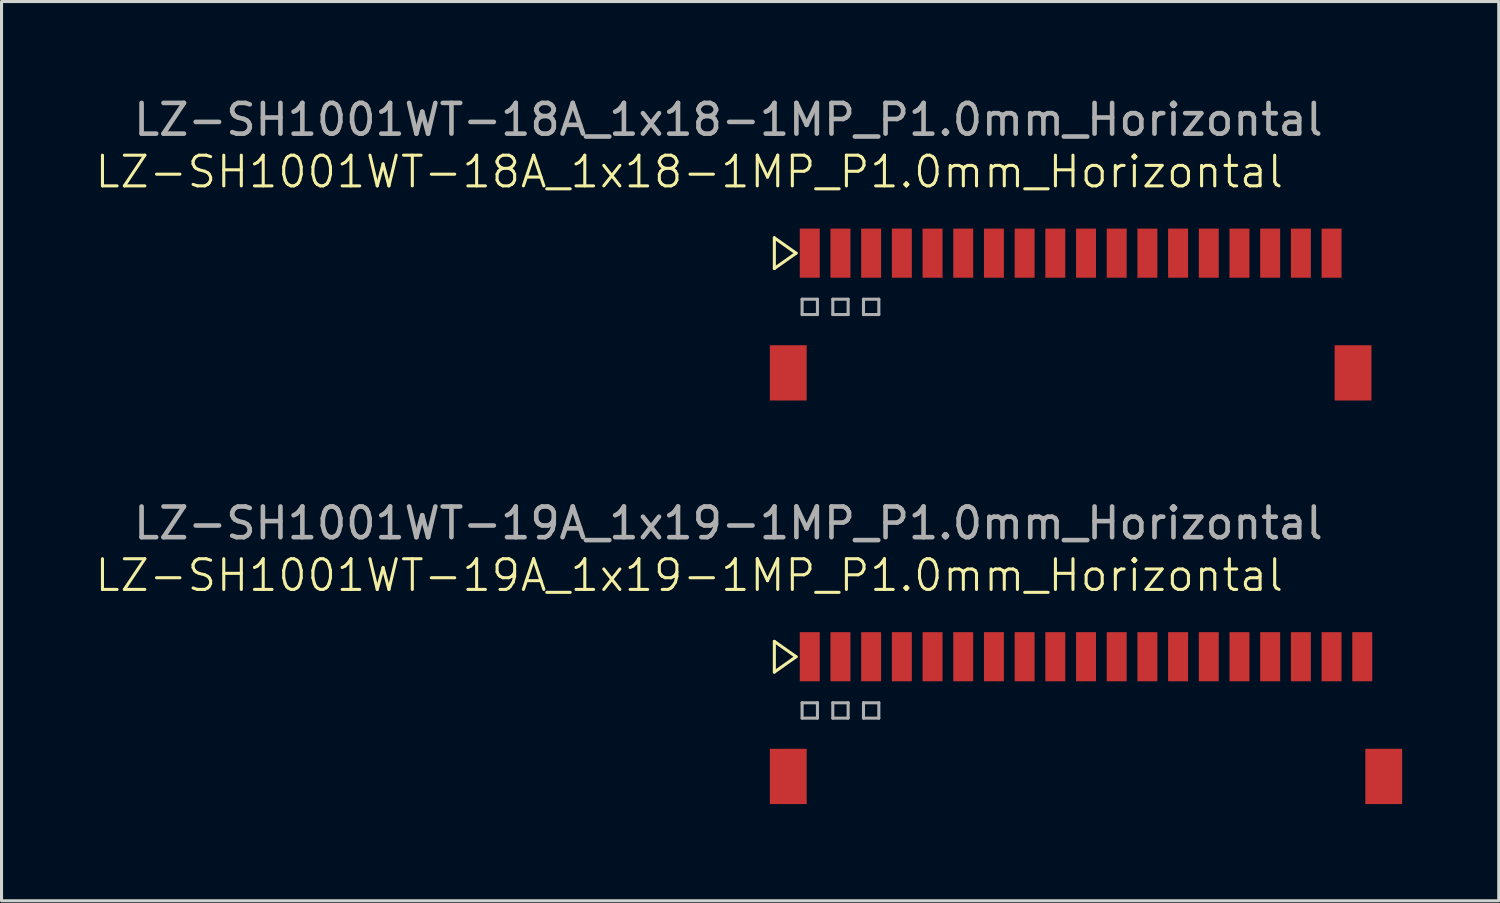
<source format=kicad_pcb>
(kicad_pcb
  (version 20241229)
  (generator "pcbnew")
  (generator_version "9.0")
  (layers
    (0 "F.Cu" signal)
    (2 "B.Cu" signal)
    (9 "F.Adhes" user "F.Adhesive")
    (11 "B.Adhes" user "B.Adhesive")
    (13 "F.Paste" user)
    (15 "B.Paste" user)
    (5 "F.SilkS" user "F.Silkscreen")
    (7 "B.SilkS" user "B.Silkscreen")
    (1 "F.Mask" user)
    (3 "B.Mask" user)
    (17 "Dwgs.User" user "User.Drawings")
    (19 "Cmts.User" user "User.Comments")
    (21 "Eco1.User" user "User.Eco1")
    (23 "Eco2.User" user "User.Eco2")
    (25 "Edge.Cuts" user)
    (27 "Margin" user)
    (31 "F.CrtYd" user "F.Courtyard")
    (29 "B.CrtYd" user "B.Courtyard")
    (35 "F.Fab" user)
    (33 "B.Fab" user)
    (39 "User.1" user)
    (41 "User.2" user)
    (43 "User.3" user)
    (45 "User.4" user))
  (footprint "LZ-SH1001WT-18A_1x18-1MP_P1.0mm_Horizontal"
    (layer "F.Cu")
    (at 40.332 5.198)
    (property "Reference" "LZ-SH1001WT-18A_1x18-1MP_P1.0mm_Horizontal" (at -20.925 -2.65 0) (unlocked yes) (layer "F.SilkS") (effects (font (size 1 1) (thickness 0.1))))
    (attr smd)
    (fp_line (start -18.154 -0.5) (end -18.154 0.5) (stroke (width 0.1) (type solid)) (layer "F.SilkS"))
    (fp_line (start -18.154 -0.5) (end -17.446 0) (stroke (width 0.1) (type solid)) (layer "F.SilkS"))
    (fp_line (start -17.446 0) (end -18.154 0.5) (stroke (width 0.1) (type solid)) (layer "F.SilkS"))
    (fp_rect (start -18.403 -0.825) (end 1.397 4.9) (stroke (width 0.1) (type default)) (fill no) (layer "Margin"))
    (fp_line (start -17.25 1.5) (end -17.25 2) (stroke (width 0.1) (type solid)) (layer "F.Fab"))
    (fp_line (start -17.25 2) (end -16.75 2) (stroke (width 0.1) (type solid)) (layer "F.Fab"))
    (fp_line (start -16.75 1.5) (end -17.25 1.5) (stroke (width 0.1) (type solid)) (layer "F.Fab"))
    (fp_line (start -16.75 2) (end -16.75 1.5) (stroke (width 0.1) (type solid)) (layer "F.Fab"))
    (fp_line (start -16.25 1.5) (end -16.25 2) (stroke (width 0.1) (type solid)) (layer "F.Fab"))
    (fp_line (start -16.25 2) (end -15.75 2) (stroke (width 0.1) (type solid)) (layer "F.Fab"))
    (fp_line (start -15.75 1.5) (end -16.25 1.5) (stroke (width 0.1) (type solid)) (layer "F.Fab"))
    (fp_line (start -15.75 2) (end -15.75 1.5) (stroke (width 0.1) (type solid)) (layer "F.Fab"))
    (fp_line (start -15.25 1.5) (end -15.25 2) (stroke (width 0.1) (type solid)) (layer "F.Fab"))
    (fp_line (start -15.25 2) (end -14.75 2) (stroke (width 0.1) (type solid)) (layer "F.Fab"))
    (fp_line (start -14.75 1.5) (end -15.25 1.5) (stroke (width 0.1) (type solid)) (layer "F.Fab"))
    (fp_line (start -14.75 2) (end -14.75 1.5) (stroke (width 0.1) (type solid)) (layer "F.Fab"))
    (fp_text user "${REFERENCE}" (at -19.65 -4.35 0) (unlocked yes) (layer "F.Fab") (effects (font (size 1 1) (thickness 0.15))))
    (pad "1" smd rect (at -17 0) (size 0.65 1.6) (layers "F.Cu" "F.Mask" "F.Paste"))
    (pad "2" smd rect (at -16 0) (size 0.65 1.6) (layers "F.Cu" "F.Mask" "F.Paste"))
    (pad "3" smd rect (at -15 0) (size 0.65 1.6) (layers "F.Cu" "F.Mask" "F.Paste"))
    (pad "4" smd rect (at -14 0) (size 0.65 1.6) (layers "F.Cu" "F.Mask" "F.Paste"))
    (pad "5" smd rect (at -13 0) (size 0.65 1.6) (layers "F.Cu" "F.Mask" "F.Paste"))
    (pad "6" smd rect (at -12 0) (size 0.65 1.6) (layers "F.Cu" "F.Mask" "F.Paste"))
    (pad "7" smd rect (at -11 0) (size 0.65 1.6) (layers "F.Cu" "F.Mask" "F.Paste"))
    (pad "8" smd rect (at -10 0) (size 0.65 1.6) (layers "F.Cu" "F.Mask" "F.Paste"))
    (pad "9" smd rect (at -9 0) (size 0.65 1.6) (layers "F.Cu" "F.Mask" "F.Paste"))
    (pad "10" smd rect (at -8 0) (size 0.65 1.6) (layers "F.Cu" "F.Mask" "F.Paste"))
    (pad "11" smd rect (at -7 0) (size 0.65 1.6) (layers "F.Cu" "F.Mask" "F.Paste"))
    (pad "12" smd rect (at -6 0) (size 0.65 1.6) (layers "F.Cu" "F.Mask" "F.Paste"))
    (pad "13" smd rect (at -5 0) (size 0.65 1.6) (layers "F.Cu" "F.Mask" "F.Paste"))
    (pad "14" smd rect (at -4 0) (size 0.65 1.6) (layers "F.Cu" "F.Mask" "F.Paste"))
    (pad "15" smd rect (at -3 0) (size 0.65 1.6) (layers "F.Cu" "F.Mask" "F.Paste"))
    (pad "16" smd rect (at -2 0) (size 0.65 1.6) (layers "F.Cu" "F.Mask" "F.Paste"))
    (pad "17" smd rect (at -1 0) (size 0.65 1.6) (layers "F.Cu" "F.Mask" "F.Paste"))
    (pad "18" smd rect (at 0 0) (size 0.65 1.6) (layers "F.Cu" "F.Mask" "F.Paste"))
    (pad "MP" smd rect (at -17.7 3.9) (size 1.2 1.8) (layers "F.Cu" "F.Mask" "F.Paste"))
    (pad "MP" smd rect (at 0.7 3.9) (size 1.2 1.8) (layers "F.Cu" "F.Mask" "F.Paste")))
  (footprint "LZ-SH1001WT-19A_1x19-1MP_P1.0mm_Horizontal"
    (layer "F.Cu")
    (at 41.332 18.346)
    (property "Reference" "LZ-SH1001WT-19A_1x19-1MP_P1.0mm_Horizontal" (at -21.925 -2.65 0) (unlocked yes) (layer "F.SilkS") (effects (font (size 1 1) (thickness 0.1))))
    (attr smd)
    (fp_line (start -19.154 -0.5) (end -19.154 0.5) (stroke (width 0.1) (type solid)) (layer "F.SilkS"))
    (fp_line (start -19.154 -0.5) (end -18.446 0) (stroke (width 0.1) (type solid)) (layer "F.SilkS"))
    (fp_line (start -18.446 0) (end -19.154 0.5) (stroke (width 0.1) (type solid)) (layer "F.SilkS"))
    (fp_rect (start -19.403 -0.825) (end 1.397 4.9) (stroke (width 0.1) (type default)) (fill no) (layer "Margin"))
    (fp_line (start -18.25 1.5) (end -18.25 2) (stroke (width 0.1) (type solid)) (layer "F.Fab"))
    (fp_line (start -18.25 2) (end -17.75 2) (stroke (width 0.1) (type solid)) (layer "F.Fab"))
    (fp_line (start -17.75 1.5) (end -18.25 1.5) (stroke (width 0.1) (type solid)) (layer "F.Fab"))
    (fp_line (start -17.75 2) (end -17.75 1.5) (stroke (width 0.1) (type solid)) (layer "F.Fab"))
    (fp_line (start -17.25 1.5) (end -17.25 2) (stroke (width 0.1) (type solid)) (layer "F.Fab"))
    (fp_line (start -17.25 2) (end -16.75 2) (stroke (width 0.1) (type solid)) (layer "F.Fab"))
    (fp_line (start -16.75 1.5) (end -17.25 1.5) (stroke (width 0.1) (type solid)) (layer "F.Fab"))
    (fp_line (start -16.75 2) (end -16.75 1.5) (stroke (width 0.1) (type solid)) (layer "F.Fab"))
    (fp_line (start -16.25 1.5) (end -16.25 2) (stroke (width 0.1) (type solid)) (layer "F.Fab"))
    (fp_line (start -16.25 2) (end -15.75 2) (stroke (width 0.1) (type solid)) (layer "F.Fab"))
    (fp_line (start -15.75 1.5) (end -16.25 1.5) (stroke (width 0.1) (type solid)) (layer "F.Fab"))
    (fp_line (start -15.75 2) (end -15.75 1.5) (stroke (width 0.1) (type solid)) (layer "F.Fab"))
    (fp_text user "${REFERENCE}" (at -20.65 -4.35 0) (unlocked yes) (layer "F.Fab") (effects (font (size 1 1) (thickness 0.15))))
    (pad "1" smd rect (at -18 0) (size 0.65 1.6) (layers "F.Cu" "F.Mask" "F.Paste"))
    (pad "2" smd rect (at -17 0) (size 0.65 1.6) (layers "F.Cu" "F.Mask" "F.Paste"))
    (pad "3" smd rect (at -16 0) (size 0.65 1.6) (layers "F.Cu" "F.Mask" "F.Paste"))
    (pad "4" smd rect (at -15 0) (size 0.65 1.6) (layers "F.Cu" "F.Mask" "F.Paste"))
    (pad "5" smd rect (at -14 0) (size 0.65 1.6) (layers "F.Cu" "F.Mask" "F.Paste"))
    (pad "6" smd rect (at -13 0) (size 0.65 1.6) (layers "F.Cu" "F.Mask" "F.Paste"))
    (pad "7" smd rect (at -12 0) (size 0.65 1.6) (layers "F.Cu" "F.Mask" "F.Paste"))
    (pad "8" smd rect (at -11 0) (size 0.65 1.6) (layers "F.Cu" "F.Mask" "F.Paste"))
    (pad "9" smd rect (at -10 0) (size 0.65 1.6) (layers "F.Cu" "F.Mask" "F.Paste"))
    (pad "10" smd rect (at -9 0) (size 0.65 1.6) (layers "F.Cu" "F.Mask" "F.Paste"))
    (pad "11" smd rect (at -8 0) (size 0.65 1.6) (layers "F.Cu" "F.Mask" "F.Paste"))
    (pad "12" smd rect (at -7 0) (size 0.65 1.6) (layers "F.Cu" "F.Mask" "F.Paste"))
    (pad "13" smd rect (at -6 0) (size 0.65 1.6) (layers "F.Cu" "F.Mask" "F.Paste"))
    (pad "14" smd rect (at -5 0) (size 0.65 1.6) (layers "F.Cu" "F.Mask" "F.Paste"))
    (pad "15" smd rect (at -4 0) (size 0.65 1.6) (layers "F.Cu" "F.Mask" "F.Paste"))
    (pad "16" smd rect (at -3 0) (size 0.65 1.6) (layers "F.Cu" "F.Mask" "F.Paste"))
    (pad "17" smd rect (at -2 0) (size 0.65 1.6) (layers "F.Cu" "F.Mask" "F.Paste"))
    (pad "18" smd rect (at -1 0) (size 0.65 1.6) (layers "F.Cu" "F.Mask" "F.Paste"))
    (pad "19" smd rect (at 0 0) (size 0.65 1.6) (layers "F.Cu" "F.Mask" "F.Paste"))
    (pad "MP" smd rect (at -18.7 3.9) (size 1.2 1.8) (layers "F.Cu" "F.Mask" "F.Paste"))
    (pad "MP" smd rect (at 0.7 3.9) (size 1.2 1.8) (layers "F.Cu" "F.Mask" "F.Paste")))
  (gr_rect
    (start -3 -3)
    (end 45.779 26.297)
    (stroke (width 0.1) (type default))
    (fill no)
    (layer "Edge.Cuts")))
</source>
